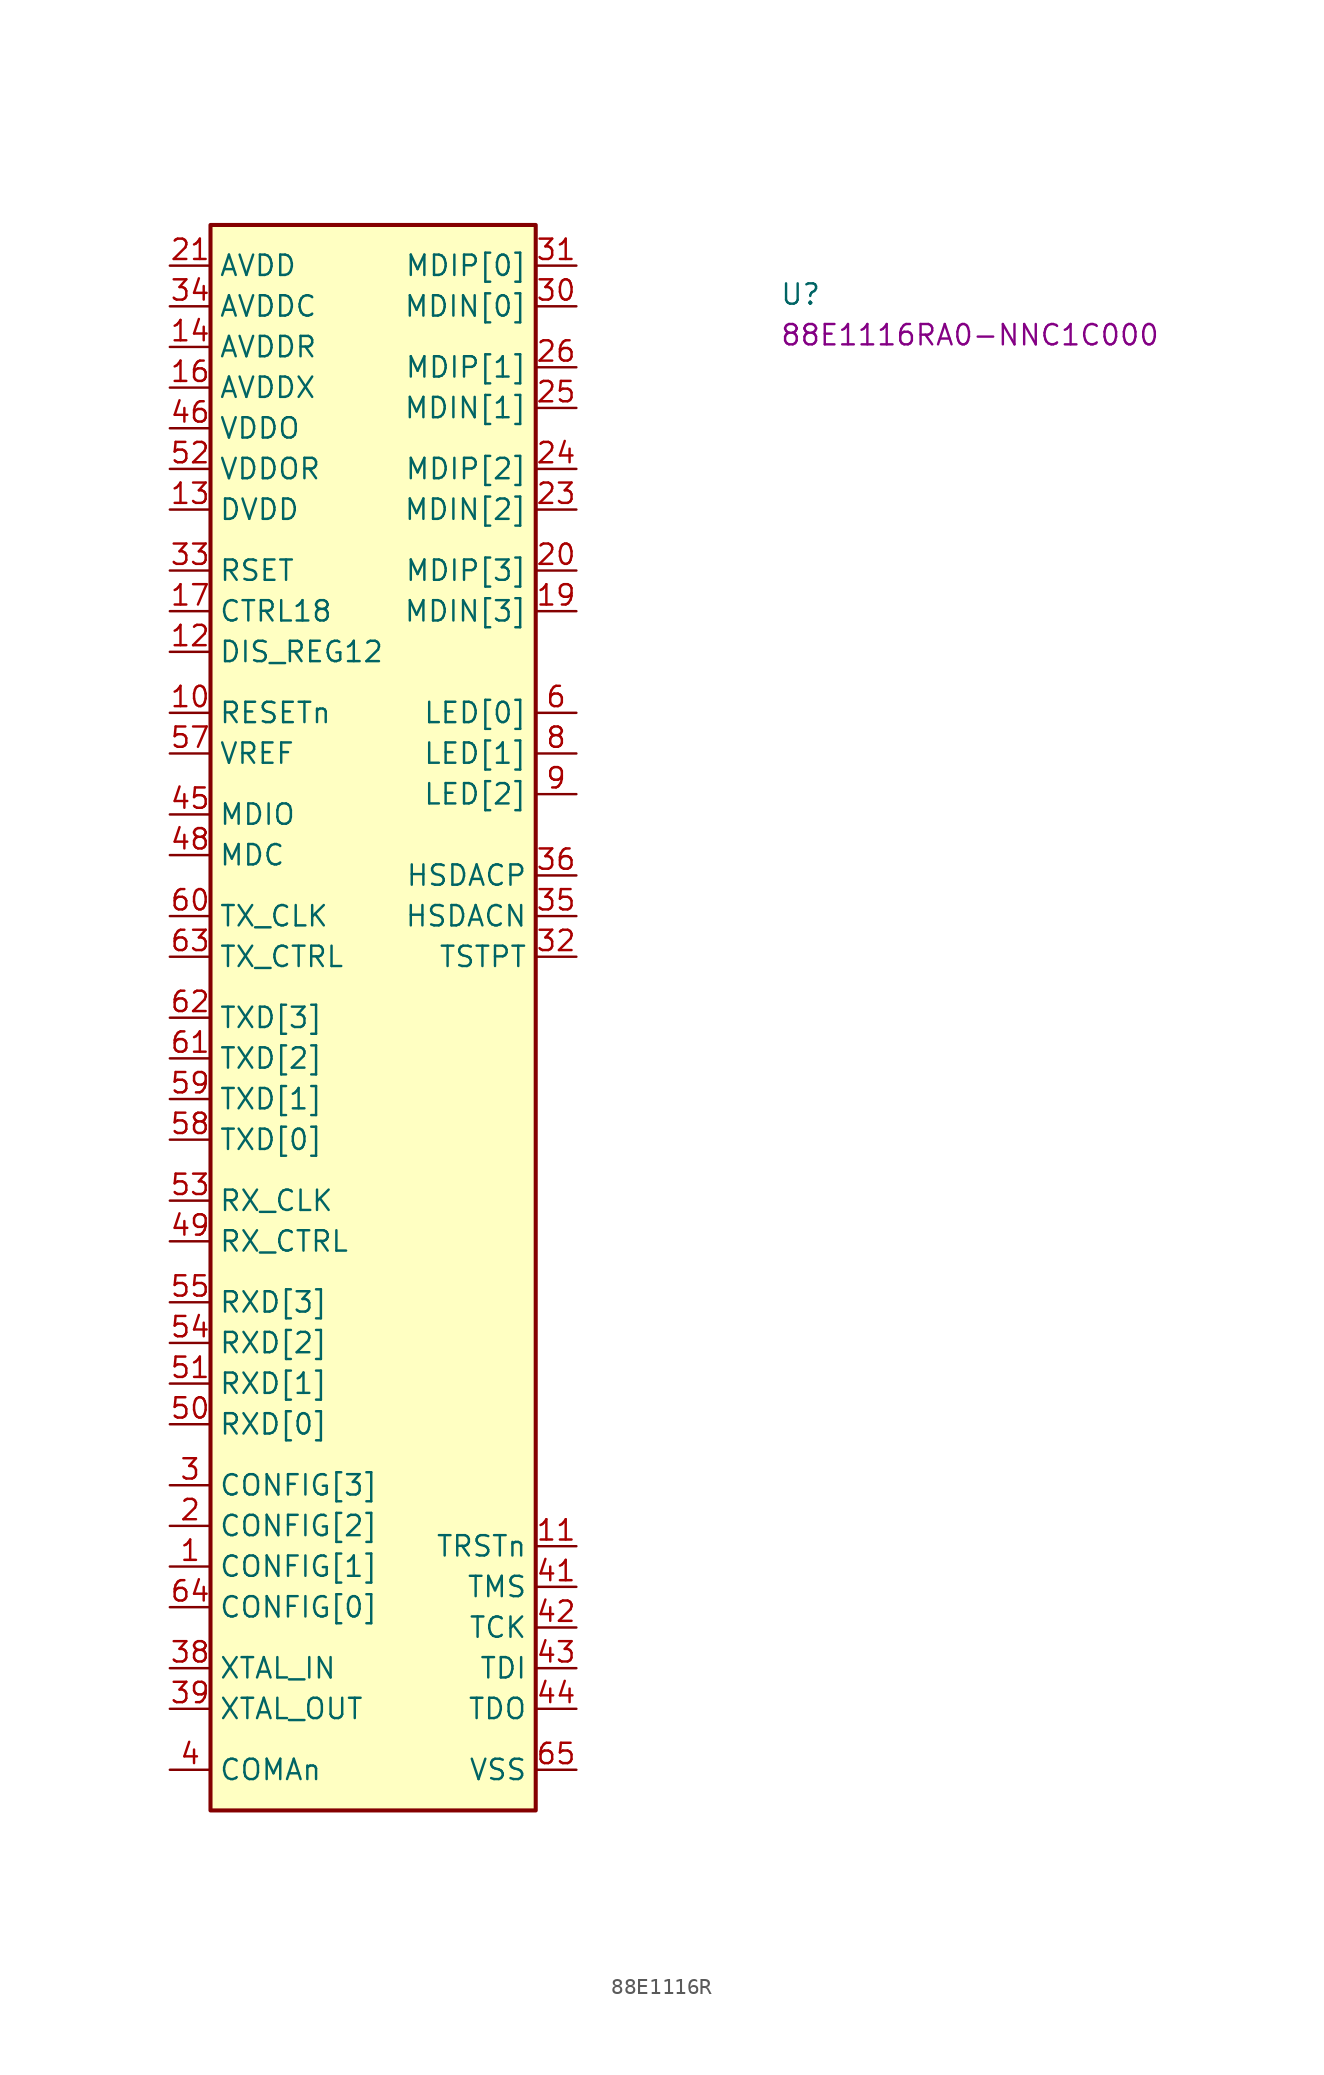
<source format=kicad_sym>
(kicad_symbol_lib
  (version 20220914)
  (generator kicad_symbol_editor)
  (symbol "88E1116R"
    (property "Reference" "U"
      (at 38.1 -2.54 0)
      (effects (font (size 1.27 1.27) (thickness 0.15)) (justify left bottom)))
    (property "MPN" "88E1116RA0-NNC1C000"
      (at 38.1 -5.08 0)
      (effects (font (size 1.27 1.27) (thickness 0.15)) (justify left bottom)))
    (symbol "88E1116R_1_1"
      (rectangle (start 2.54 2.54) (end 22.86 -96.52) (stroke (width 0.254) (type default)) (fill (type background)))
      (pin input line (at 0 -81.28 0) (length 2.54) (name "CONFIG[1]" (effects (font (size 1.27 1.27)))) (number "1" (effects (font (size 1.27 1.27)))))
      (pin input line (at 0 -27.94 0) (length 2.54) (name "RESETn" (effects (font (size 1.27 1.27)))) (number "10" (effects (font (size 1.27 1.27)))))
      (pin input line (at 25.4 -80.01 180) (length 2.54) (name "TRSTn" (effects (font (size 1.27 1.27)))) (number "11" (effects (font (size 1.27 1.27)))))
      (pin input line (at 0 -24.13 0) (length 2.54) (name "DIS_REG12" (effects (font (size 1.27 1.27)))) (number "12" (effects (font (size 1.27 1.27)))))
      (pin power_in line (at 0 -15.24 0) (length 2.54) (name "DVDD" (effects (font (size 1.27 1.27)))) (number "13" (effects (font (size 1.27 1.27)))))
      (pin power_in line (at 0 -5.08 0) (length 2.54) (name "AVDDR" (effects (font (size 1.27 1.27)))) (number "14" (effects (font (size 1.27 1.27)))))
      (pin passive line (at 0 -5.08 0) (length 2.54) hide (name "AVDDR" (effects (font (size 1.27 1.27)))) (number "15" (effects (font (size 1.27 1.27)))))
      (pin power_in line (at 0 -7.62 0) (length 2.54) (name "AVDDX" (effects (font (size 1.27 1.27)))) (number "16" (effects (font (size 1.27 1.27)))))
      (pin output line (at 0 -21.59 0) (length 2.54) (name "CTRL18" (effects (font (size 1.27 1.27)))) (number "17" (effects (font (size 1.27 1.27)))))
      (pin no_connect line (at 22.86 -25.4 180) (length 2.54) hide (name "NC" (effects (font (size 1.27 1.27)))) (number "18" (effects (font (size 1.27 1.27)))))
      (pin bidirectional line (at 25.4 -21.59 180) (length 2.54) (name "MDIN[3]" (effects (font (size 1.27 1.27)))) (number "19" (effects (font (size 1.27 1.27)))))
      (pin input line (at 0 -78.74 0) (length 2.54) (name "CONFIG[2]" (effects (font (size 1.27 1.27)))) (number "2" (effects (font (size 1.27 1.27)))))
      (pin bidirectional line (at 25.4 -19.05 180) (length 2.54) (name "MDIP[3]" (effects (font (size 1.27 1.27)))) (number "20" (effects (font (size 1.27 1.27)))))
      (pin power_in line (at 0 0 0) (length 2.54) (name "AVDD" (effects (font (size 1.27 1.27)))) (number "21" (effects (font (size 1.27 1.27)))))
      (pin passive line (at 0 0 0) (length 2.54) hide (name "AVDD" (effects (font (size 1.27 1.27)))) (number "22" (effects (font (size 1.27 1.27)))))
      (pin bidirectional line (at 25.4 -15.24 180) (length 2.54) (name "MDIN[2]" (effects (font (size 1.27 1.27)))) (number "23" (effects (font (size 1.27 1.27)))))
      (pin bidirectional line (at 25.4 -12.7 180) (length 2.54) (name "MDIP[2]" (effects (font (size 1.27 1.27)))) (number "24" (effects (font (size 1.27 1.27)))))
      (pin bidirectional line (at 25.4 -8.89 180) (length 2.54) (name "MDIN[1]" (effects (font (size 1.27 1.27)))) (number "25" (effects (font (size 1.27 1.27)))))
      (pin bidirectional line (at 25.4 -6.35 180) (length 2.54) (name "MDIP[1]" (effects (font (size 1.27 1.27)))) (number "26" (effects (font (size 1.27 1.27)))))
      (pin passive line (at 0 0 0) (length 2.54) hide (name "AVDD" (effects (font (size 1.27 1.27)))) (number "27" (effects (font (size 1.27 1.27)))))
      (pin no_connect line (at 22.86 -24.13 180) (length 2.54) hide (name "NC" (effects (font (size 1.27 1.27)))) (number "28" (effects (font (size 1.27 1.27)))))
      (pin passive line (at 0 0 0) (length 2.54) hide (name "AVDD" (effects (font (size 1.27 1.27)))) (number "29" (effects (font (size 1.27 1.27)))))
      (pin input line (at 0 -76.2 0) (length 2.54) (name "CONFIG[3]" (effects (font (size 1.27 1.27)))) (number "3" (effects (font (size 1.27 1.27)))))
      (pin bidirectional line (at 25.4 -2.54 180) (length 2.54) (name "MDIN[0]" (effects (font (size 1.27 1.27)))) (number "30" (effects (font (size 1.27 1.27)))))
      (pin bidirectional line (at 25.4 0 180) (length 2.54) (name "MDIP[0]" (effects (font (size 1.27 1.27)))) (number "31" (effects (font (size 1.27 1.27)))))
      (pin output line (at 25.4 -43.18 180) (length 2.54) (name "TSTPT" (effects (font (size 1.27 1.27)))) (number "32" (effects (font (size 1.27 1.27)))))
      (pin input line (at 0 -19.05 0) (length 2.54) (name "RSET" (effects (font (size 1.27 1.27)))) (number "33" (effects (font (size 1.27 1.27)))))
      (pin power_in line (at 0 -2.54 0) (length 2.54) (name "AVDDC" (effects (font (size 1.27 1.27)))) (number "34" (effects (font (size 1.27 1.27)))))
      (pin output line (at 25.4 -40.64 180) (length 2.54) (name "HSDACN" (effects (font (size 1.27 1.27)))) (number "35" (effects (font (size 1.27 1.27)))))
      (pin output line (at 25.4 -38.1 180) (length 2.54) (name "HSDACP" (effects (font (size 1.27 1.27)))) (number "36" (effects (font (size 1.27 1.27)))))
      (pin passive line (at 0 -2.54 0) (length 2.54) hide (name "AVDDC" (effects (font (size 1.27 1.27)))) (number "37" (effects (font (size 1.27 1.27)))))
      (pin input line (at 0 -87.63 0) (length 2.54) (name "XTAL_IN" (effects (font (size 1.27 1.27)))) (number "38" (effects (font (size 1.27 1.27)))))
      (pin output line (at 0 -90.17 0) (length 2.54) (name "XTAL_OUT" (effects (font (size 1.27 1.27)))) (number "39" (effects (font (size 1.27 1.27)))))
      (pin passive line (at 0 -93.98 0) (length 2.54) (name "COMAn" (effects (font (size 1.27 1.27)))) (number "4" (effects (font (size 1.27 1.27)))))
      (pin passive line (at 0 -15.24 0) (length 2.54) hide (name "DVDD" (effects (font (size 1.27 1.27)))) (number "40" (effects (font (size 1.27 1.27)))))
      (pin input line (at 25.4 -82.55 180) (length 2.54) (name "TMS" (effects (font (size 1.27 1.27)))) (number "41" (effects (font (size 1.27 1.27)))))
      (pin input line (at 25.4 -85.09 180) (length 2.54) (name "TCK" (effects (font (size 1.27 1.27)))) (number "42" (effects (font (size 1.27 1.27)))))
      (pin input line (at 25.4 -87.63 180) (length 2.54) (name "TDI" (effects (font (size 1.27 1.27)))) (number "43" (effects (font (size 1.27 1.27)))))
      (pin output line (at 25.4 -90.17 180) (length 2.54) (name "TDO" (effects (font (size 1.27 1.27)))) (number "44" (effects (font (size 1.27 1.27)))))
      (pin bidirectional line (at 0 -34.29 0) (length 2.54) (name "MDIO" (effects (font (size 1.27 1.27)))) (number "45" (effects (font (size 1.27 1.27)))))
      (pin power_in line (at 0 -10.16 0) (length 2.54) (name "VDDO" (effects (font (size 1.27 1.27)))) (number "46" (effects (font (size 1.27 1.27)))))
      (pin passive line (at 0 -15.24 0) (length 2.54) hide (name "DVDD" (effects (font (size 1.27 1.27)))) (number "47" (effects (font (size 1.27 1.27)))))
      (pin input line (at 0 -36.83 0) (length 2.54) (name "MDC" (effects (font (size 1.27 1.27)))) (number "48" (effects (font (size 1.27 1.27)))))
      (pin output line (at 0 -60.96 0) (length 2.54) (name "RX_CTRL" (effects (font (size 1.27 1.27)))) (number "49" (effects (font (size 1.27 1.27)))))
      (pin passive line (at 0 -15.24 0) (length 2.54) hide (name "DVDD" (effects (font (size 1.27 1.27)))) (number "5" (effects (font (size 1.27 1.27)))))
      (pin output line (at 0 -72.39 0) (length 2.54) (name "RXD[0]" (effects (font (size 1.27 1.27)))) (number "50" (effects (font (size 1.27 1.27)))))
      (pin output line (at 0 -69.85 0) (length 2.54) (name "RXD[1]" (effects (font (size 1.27 1.27)))) (number "51" (effects (font (size 1.27 1.27)))))
      (pin power_in line (at 0 -12.7 0) (length 2.54) (name "VDDOR" (effects (font (size 1.27 1.27)))) (number "52" (effects (font (size 1.27 1.27)))))
      (pin output line (at 0 -58.42 0) (length 2.54) (name "RX_CLK" (effects (font (size 1.27 1.27)))) (number "53" (effects (font (size 1.27 1.27)))))
      (pin output line (at 0 -67.31 0) (length 2.54) (name "RXD[2]" (effects (font (size 1.27 1.27)))) (number "54" (effects (font (size 1.27 1.27)))))
      (pin output line (at 0 -64.77 0) (length 2.54) (name "RXD[3]" (effects (font (size 1.27 1.27)))) (number "55" (effects (font (size 1.27 1.27)))))
      (pin passive line (at 0 -12.7 0) (length 2.54) hide (name "VDDOR" (effects (font (size 1.27 1.27)))) (number "56" (effects (font (size 1.27 1.27)))))
      (pin input line (at 0 -30.48 0) (length 2.54) (name "VREF" (effects (font (size 1.27 1.27)))) (number "57" (effects (font (size 1.27 1.27)))))
      (pin input line (at 0 -54.61 0) (length 2.54) (name "TXD[0]" (effects (font (size 1.27 1.27)))) (number "58" (effects (font (size 1.27 1.27)))))
      (pin input line (at 0 -52.07 0) (length 2.54) (name "TXD[1]" (effects (font (size 1.27 1.27)))) (number "59" (effects (font (size 1.27 1.27)))))
      (pin output line (at 25.4 -27.94 180) (length 2.54) (name "LED[0]" (effects (font (size 1.27 1.27)))) (number "6" (effects (font (size 1.27 1.27)))))
      (pin input line (at 0 -40.64 0) (length 2.54) (name "TX_CLK" (effects (font (size 1.27 1.27)))) (number "60" (effects (font (size 1.27 1.27)))))
      (pin input line (at 0 -49.53 0) (length 2.54) (name "TXD[2]" (effects (font (size 1.27 1.27)))) (number "61" (effects (font (size 1.27 1.27)))))
      (pin input line (at 0 -46.99 0) (length 2.54) (name "TXD[3]" (effects (font (size 1.27 1.27)))) (number "62" (effects (font (size 1.27 1.27)))))
      (pin input line (at 0 -43.18 0) (length 2.54) (name "TX_CTRL" (effects (font (size 1.27 1.27)))) (number "63" (effects (font (size 1.27 1.27)))))
      (pin input line (at 0 -83.82 0) (length 2.54) (name "CONFIG[0]" (effects (font (size 1.27 1.27)))) (number "64" (effects (font (size 1.27 1.27)))))
      (pin passive line (at 25.4 -93.98 180) (length 2.54) (name "VSS" (effects (font (size 1.27 1.27)))) (number "65" (effects (font (size 1.27 1.27)))))
      (pin passive line (at 0 -10.16 0) (length 2.54) hide (name "VDDO" (effects (font (size 1.27 1.27)))) (number "7" (effects (font (size 1.27 1.27)))))
      (pin output line (at 25.4 -30.48 180) (length 2.54) (name "LED[1]" (effects (font (size 1.27 1.27)))) (number "8" (effects (font (size 1.27 1.27)))))
      (pin output line (at 25.4 -33.02 180) (length 2.54) (name "LED[2]" (effects (font (size 1.27 1.27)))) (number "9" (effects (font (size 1.27 1.27))))))))
</source>
